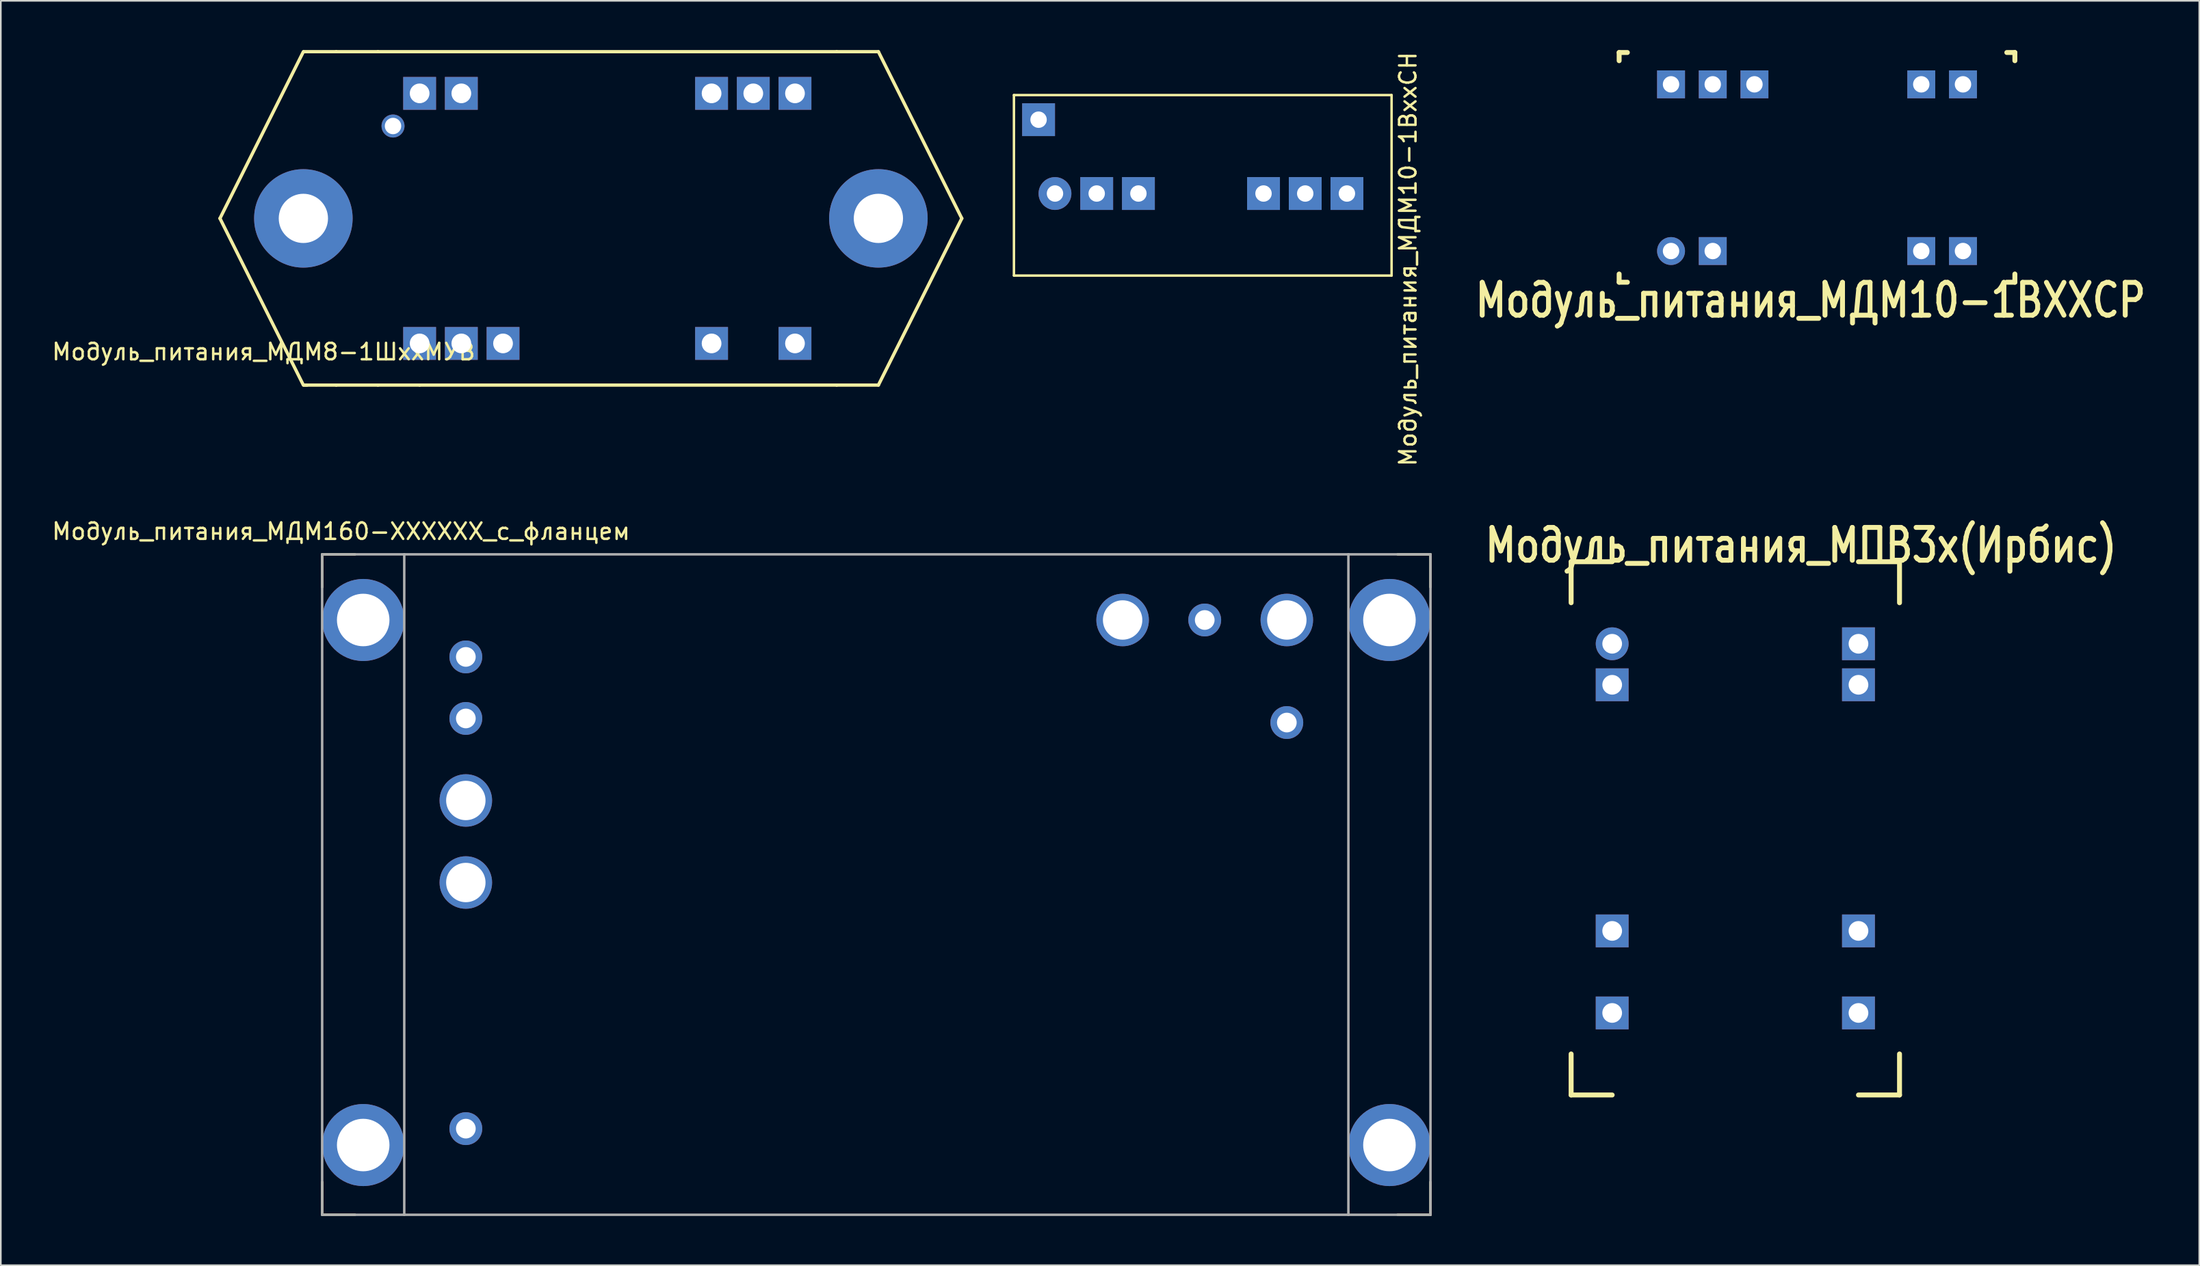
<source format=kicad_pcb>
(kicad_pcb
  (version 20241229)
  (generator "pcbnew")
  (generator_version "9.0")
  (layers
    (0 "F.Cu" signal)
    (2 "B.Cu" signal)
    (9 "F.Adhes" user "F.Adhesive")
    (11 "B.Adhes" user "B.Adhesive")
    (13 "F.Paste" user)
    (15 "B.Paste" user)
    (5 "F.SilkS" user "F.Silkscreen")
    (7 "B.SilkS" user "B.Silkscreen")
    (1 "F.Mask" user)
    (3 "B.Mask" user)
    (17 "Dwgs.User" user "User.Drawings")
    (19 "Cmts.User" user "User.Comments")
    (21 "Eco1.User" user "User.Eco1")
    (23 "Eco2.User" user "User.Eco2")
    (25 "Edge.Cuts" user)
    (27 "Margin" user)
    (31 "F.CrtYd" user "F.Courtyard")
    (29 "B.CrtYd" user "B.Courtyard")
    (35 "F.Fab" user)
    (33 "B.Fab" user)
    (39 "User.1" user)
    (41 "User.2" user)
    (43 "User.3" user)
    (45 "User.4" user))
  (footprint "Модуль_питания_МПВ3х(Ирбис)"
    (layer "F.Cu")
    (at 95.135 36.185)
    (property "Reference" "Модуль_питания_МПВ3х(Ирбис)" (at 11.5 -6 0) (layer "F.SilkS") (effects (font (size 2 1.6) (thickness 0.3))))
    (attr through_hole)
    (fp_line (start -2.5 -5) (end -2.5 -2.5) (stroke (width 0.3) (type solid)) (layer "F.SilkS"))
    (fp_line (start -2.5 -5) (end 0 -5) (stroke (width 0.3) (type solid)) (layer "F.SilkS"))
    (fp_line (start -2.5 27.5) (end -2.5 25) (stroke (width 0.3) (type solid)) (layer "F.SilkS"))
    (fp_line (start -2.5 27.5) (end 0 27.5) (stroke (width 0.3) (type solid)) (layer "F.SilkS"))
    (fp_line (start 17.5 -5) (end 15 -5) (stroke (width 0.3) (type solid)) (layer "F.SilkS"))
    (fp_line (start 17.5 -5) (end 17.5 -2.5) (stroke (width 0.3) (type solid)) (layer "F.SilkS"))
    (fp_line (start 17.5 27.5) (end 15 27.5) (stroke (width 0.3) (type solid)) (layer "F.SilkS"))
    (fp_line (start 17.5 27.5) (end 17.5 25) (stroke (width 0.3) (type solid)) (layer "F.SilkS"))
    (pad "2" thru_hole circle (at 0 0) (size 2 2) (drill 1.2) (layers "*.Cu" "*.Paste" "*.Mask"))
    (pad "3" thru_hole rect (at 0 2.5) (size 2 2) (drill 1.2) (layers "*.Cu" "*.Paste" "*.Mask"))
    (pad "9" thru_hole rect (at 0 17.5) (size 2 2) (drill 1.2) (layers "*.Cu" "*.Paste" "*.Mask"))
    (pad "11" thru_hole rect (at 0 22.5) (size 2 2) (drill 1.2) (layers "*.Cu" "*.Paste" "*.Mask"))
    (pad "14" thru_hole rect (at 15 22.5) (size 2 2) (drill 1.2) (layers "*.Cu" "*.Paste" "*.Mask"))
    (pad "16" thru_hole rect (at 15 17.5) (size 2 2) (drill 1.2) (layers "*.Cu" "*.Paste" "*.Mask"))
    (pad "22" thru_hole rect (at 15 2.5) (size 2 2) (drill 1.2) (layers "*.Cu" "*.Paste" "*.Mask"))
    (pad "23" thru_hole rect (at 15 0) (size 2 2) (drill 1.2) (layers "*.Cu" "*.Paste" "*.Mask")))
  (footprint "Модуль_питания_МДМ160-ХХХХХХ_с_фланцем"
    (layer "F.Cu")
    (at 25.32 40.736)
    (property "Reference" "Модуль_питания_МДМ160-ХХХХХХ_с_фланцем" (at -7.6 -11.4 0) (layer "F.SilkS") (effects (font (size 1 1) (thickness 0.15))))
    (attr through_hole)
    (fp_line (start -8.75 -10) (end -8.75 -8) (stroke (width 0.15) (type solid)) (layer "F.SilkS"))
    (fp_line (start -8.75 -10) (end -6.75 -10) (stroke (width 0.15) (type solid)) (layer "F.SilkS"))
    (fp_line (start -8.75 30.25) (end -8.75 28.25) (stroke (width 0.15) (type solid)) (layer "F.SilkS"))
    (fp_line (start -8.75 30.25) (end -6.75 30.25) (stroke (width 0.15) (type solid)) (layer "F.SilkS"))
    (fp_line (start 58.75 -10) (end 56.75 -10) (stroke (width 0.15) (type solid)) (layer "F.SilkS"))
    (fp_line (start 58.75 -10) (end 58.75 -8) (stroke (width 0.15) (type solid)) (layer "F.SilkS"))
    (fp_line (start 58.75 30.25) (end 56.75 30.25) (stroke (width 0.15) (type solid)) (layer "F.SilkS"))
    (fp_line (start 58.75 30.25) (end 58.75 28.25) (stroke (width 0.15) (type solid)) (layer "F.SilkS"))
    (fp_line (start -8.75 -10) (end -8.75 30.25) (stroke (width 0.15) (type solid)) (layer "F.Fab"))
    (fp_line (start -8.75 30.25) (end -3.75 30.25) (stroke (width 0.15) (type solid)) (layer "F.Fab"))
    (fp_line (start -3.75 -10) (end -8.75 -10) (stroke (width 0.15) (type solid)) (layer "F.Fab"))
    (fp_line (start -3.75 -10) (end -3.75 30.25) (stroke (width 0.15) (type solid)) (layer "F.Fab"))
    (fp_line (start -3.75 -10) (end 53.75 -10) (stroke (width 0.15) (type solid)) (layer "F.Fab"))
    (fp_line (start 53.75 -10) (end 53.75 30.25) (stroke (width 0.15) (type solid)) (layer "F.Fab"))
    (fp_line (start 53.75 -10) (end 58.75 -10) (stroke (width 0.15) (type solid)) (layer "F.Fab"))
    (fp_line (start 53.75 30.25) (end -3.75 30.25) (stroke (width 0.15) (type solid)) (layer "F.Fab"))
    (fp_line (start 58.75 -10) (end 58.75 30.25) (stroke (width 0.15) (type solid)) (layer "F.Fab"))
    (fp_line (start 58.75 30.25) (end 53.75 30.25) (stroke (width 0.15) (type solid)) (layer "F.Fab"))
    (pad "" thru_hole circle (at -6.25 -6) (size 5 5) (drill 3.2) (layers "*.Cu" "*.Mask"))
    (pad "" thru_hole circle (at -6.25 26) (size 5 5) (drill 3.2) (layers "*.Cu" "*.Mask"))
    (pad "" thru_hole circle (at 56.25 -6) (size 5 5) (drill 3.2) (layers "*.Cu" "*.Mask"))
    (pad "" thru_hole circle (at 56.25 26) (size 5 5) (drill 3.2) (layers "*.Cu" "*.Mask"))
    (pad "1" thru_hole circle (at 0 0) (size 2 2) (drill 1.2) (layers "*.Cu" "*.Mask"))
    (pad "2" thru_hole circle (at 0 5) (size 3.2 3.2) (drill 2.4) (layers "*.Cu" "*.Mask"))
    (pad "3" thru_hole circle (at 0 10) (size 3.2 3.2) (drill 2.4) (layers "*.Cu" "*.Mask"))
    (pad "4" thru_hole circle (at 0 25) (size 2 2) (drill 1.2) (layers "*.Cu" "*.Mask"))
    (pad "5" thru_hole circle (at 50 -6) (size 3.2 3.2) (drill 2.4) (layers "*.Cu" "*.Mask"))
    (pad "6" thru_hole circle (at 40 -6) (size 3.2 3.2) (drill 2.4) (layers "*.Cu" "*.Mask"))
    (pad "7" thru_hole circle (at 45 -6) (size 2 2) (drill 1.2) (layers "*.Cu" "*.Mask"))
    (pad "8" thru_hole circle (at 50 0.25) (size 2 2) (drill 1.2) (layers "*.Cu" "*.Mask"))
    (pad "9" thru_hole circle (at 0 -3.75) (size 2 2) (drill 1.2) (layers "*.Cu" "*.Mask")))
  (footprint "Модуль_питания_МДМ10-1ВХХСР"
    (layer "F.Cu")
    (at 98.72 12.25)
    (property "Reference" "Модуль_питания_МДМ10-1ВХХСР" (at 8.5 3 0) (layer "F.SilkS") (effects (font (size 2 1.6) (thickness 0.3))))
    (attr through_hole)
    (fp_line (start -3.16 -12.1) (end -3.16 -11.6) (stroke (width 0.3) (type solid)) (layer "F.SilkS"))
    (fp_line (start -3.16 -12.1) (end -2.66 -12.1) (stroke (width 0.3) (type solid)) (layer "F.SilkS"))
    (fp_line (start -3.16 1.9) (end -3.16 1.4) (stroke (width 0.3) (type solid)) (layer "F.SilkS"))
    (fp_line (start -3.16 1.9) (end -2.66 1.9) (stroke (width 0.3) (type solid)) (layer "F.SilkS"))
    (fp_line (start 20.94 -12.1) (end 20.45 -12.1) (stroke (width 0.3) (type solid)) (layer "F.SilkS"))
    (fp_line (start 20.94 -12.1) (end 20.94 -11.6) (stroke (width 0.3) (type solid)) (layer "F.SilkS"))
    (fp_line (start 20.94 1.9) (end 20.44 1.9) (stroke (width 0.3) (type solid)) (layer "F.SilkS"))
    (fp_line (start 20.94 1.9) (end 20.94 1.4) (stroke (width 0.3) (type solid)) (layer "F.SilkS"))
    (pad "1" thru_hole circle (at 0 0) (size 1.7 1.7) (drill 1) (layers "*.Cu" "*.Mask"))
    (pad "2" thru_hole rect (at 2.54 0) (size 1.7 1.7) (drill 1) (layers "*.Cu" "*.Mask"))
    (pad "7" thru_hole rect (at 15.24 0) (size 1.7 1.7) (drill 1) (layers "*.Cu" "*.Mask"))
    (pad "8" thru_hole rect (at 17.78 0) (size 1.7 1.7) (drill 1) (layers "*.Cu" "*.Mask"))
    (pad "9" thru_hole rect (at 17.78 -10.16) (size 1.7 1.7) (drill 1) (layers "*.Cu" "*.Mask"))
    (pad "10" thru_hole rect (at 15.24 -10.16) (size 1.7 1.7) (drill 1) (layers "*.Cu" "*.Mask"))
    (pad "15" thru_hole rect (at 2.54 -10.16) (size 1.7 1.7) (drill 1) (layers "*.Cu" "*.Mask"))
    (pad "15" thru_hole rect (at 5.08 -10.16) (size 1.7 1.7) (drill 1) (layers "*.Cu" "*.Mask"))
    (pad "16" thru_hole rect (at 0 -10.16) (size 1.7 1.7) (drill 1) (layers "*.Cu" "*.Mask")))
  (footprint "Модуль_питания_МДМ10-1ВххСН"
    (layer "F.Cu")
    (at 61.201 8.744)
    (property "Reference" "Модуль_питания_МДМ10-1ВххСН" (at 21.5 4 90) (layer "F.SilkS") (effects (font (size 1 1) (thickness 0.15))))
    (attr through_hole)
    (fp_line (start -2.5 5) (end -2.5 -6) (stroke (width 0.15) (type solid)) (layer "F.SilkS"))
    (fp_line (start -2.5 5) (end 20.5 5) (stroke (width 0.15) (type solid)) (layer "F.SilkS"))
    (fp_line (start 20.5 -6) (end -2.5 -6) (stroke (width 0.15) (type solid)) (layer "F.SilkS"))
    (fp_line (start 20.5 -6) (end 20.5 5) (stroke (width 0.15) (type solid)) (layer "F.SilkS"))
    (pad "1" thru_hole circle (at 0 0) (size 2 2) (drill 1) (layers "*.Cu" "*.Mask"))
    (pad "2" thru_hole rect (at 2.54 0) (size 2 2) (drill 1) (layers "*.Cu" "*.Mask"))
    (pad "3" thru_hole rect (at 5.08 0) (size 2 2) (drill 1) (layers "*.Cu" "*.Mask"))
    (pad "6" thru_hole rect (at 12.7 0) (size 2 2) (drill 1) (layers "*.Cu" "*.Mask"))
    (pad "7" thru_hole rect (at 15.24 0) (size 2 2) (drill 1) (layers "*.Cu" "*.Mask"))
    (pad "8" thru_hole rect (at 17.78 0) (size 2 2) (drill 1) (layers "*.Cu" "*.Mask"))
    (pad "9" thru_hole rect (at -1 -4.5) (size 2 2) (drill 1) (layers "*.Cu" "*.Mask")))
  (footprint "Модуль_питания_МДМ8-1ШххМУВ"
    (layer "F.Cu")
    (at 22.506 2.64)
    (property "Reference" "Модуль_питания_МДМ8-1ШххМУВ" (at -9.5 15.75 0) (layer "F.SilkS") (effects (font (size 1 1) (thickness 0.15))))
    (attr through_hole)
    (fp_line (start -12.16 7.62) (end -7.08 -2.54) (stroke (width 0.2) (type solid)) (layer "F.SilkS"))
    (fp_line (start -12.16 7.62) (end -7.08 17.78) (stroke (width 0.2) (type solid)) (layer "F.SilkS"))
    (fp_line (start -7.048 -2.54) (end -5.08 -2.54) (stroke (width 0.2) (type solid)) (layer "F.SilkS"))
    (fp_line (start -7.048 17.78) (end -6.858 17.78) (stroke (width 0.2) (type solid)) (layer "F.SilkS"))
    (fp_line (start -6.985 17.78) (end -5.08 17.78) (stroke (width 0.2) (type solid)) (layer "F.SilkS"))
    (fp_line (start -5.08 -2.54) (end -2.54 -2.54) (stroke (width 0.2) (type solid)) (layer "F.SilkS"))
    (fp_line (start -5.08 17.78) (end -2.54 17.78) (stroke (width 0.2) (type solid)) (layer "F.SilkS"))
    (fp_line (start -2.54 -2.54) (end 25.4 -2.54) (stroke (width 0.2) (type solid)) (layer "F.SilkS"))
    (fp_line (start 0 17.78) (end -2.54 17.78) (stroke (width 0.2) (type solid)) (layer "F.SilkS"))
    (fp_line (start 0 17.78) (end 25.4 17.78) (stroke (width 0.2) (type solid)) (layer "F.SilkS"))
    (fp_line (start 25.4 -2.54) (end 27.94 -2.54) (stroke (width 0.2) (type solid)) (layer "F.SilkS"))
    (fp_line (start 27.94 17.78) (end 25.4 17.78) (stroke (width 0.2) (type solid)) (layer "F.SilkS"))
    (fp_line (start 33.02 7.62) (end 27.94 -2.54) (stroke (width 0.2) (type solid)) (layer "F.SilkS"))
    (fp_line (start 33.02 7.62) (end 27.94 17.78) (stroke (width 0.2) (type solid)) (layer "F.SilkS"))
    (pad "" thru_hole circle (at -7.08 7.62) (size 6 6) (drill 3) (layers "*.Cu" "*.Mask"))
    (pad "" thru_hole circle (at 27.94 7.62) (size 6 6) (drill 3) (layers "*.Cu" "*.Mask"))
    (pad "2" thru_hole rect (at 0 15.24) (size 2 2) (drill 1.2) (layers "*.Cu" "*.Mask"))
    (pad "3" thru_hole rect (at 2.54 15.24) (size 2 2) (drill 1.2) (layers "*.Cu" "*.Mask"))
    (pad "4" thru_hole rect (at 5.08 15.24) (size 2 2) (drill 1.2) (layers "*.Cu" "*.Mask"))
    (pad "9" thru_hole rect (at 17.78 15.24) (size 2 2) (drill 1.2) (layers "*.Cu" "*.Mask"))
    (pad "11" thru_hole rect (at 22.86 15.24) (size 2 2) (drill 1.2) (layers "*.Cu" "*.Mask"))
    (pad "14" thru_hole rect (at 22.86 0) (size 2 2) (drill 1.2) (layers "*.Cu" "*.Mask"))
    (pad "15" thru_hole rect (at 20.32 0) (size 2 2) (drill 1.2) (layers "*.Cu" "*.Mask"))
    (pad "16" thru_hole rect (at 17.78 0) (size 2 2) (drill 1.2) (layers "*.Cu" "*.Mask"))
    (pad "22" thru_hole rect (at 2.54 0) (size 2 2) (drill 1.2) (layers "*.Cu" "*.Mask"))
    (pad "23" thru_hole rect (at 0 0) (size 2 2) (drill 1.2) (layers "*.Cu" "*.Mask"))
    (pad "24" thru_hole circle (at -1.62 1.99) (size 1.4 1.4) (drill 1) (layers "*.Cu" "*.Mask")))
  (gr_rect
    (start -3 -3)
    (end 130.891 74.061)
    (stroke (width 0.1) (type default))
    (fill no)
    (layer "Edge.Cuts")))
</source>
